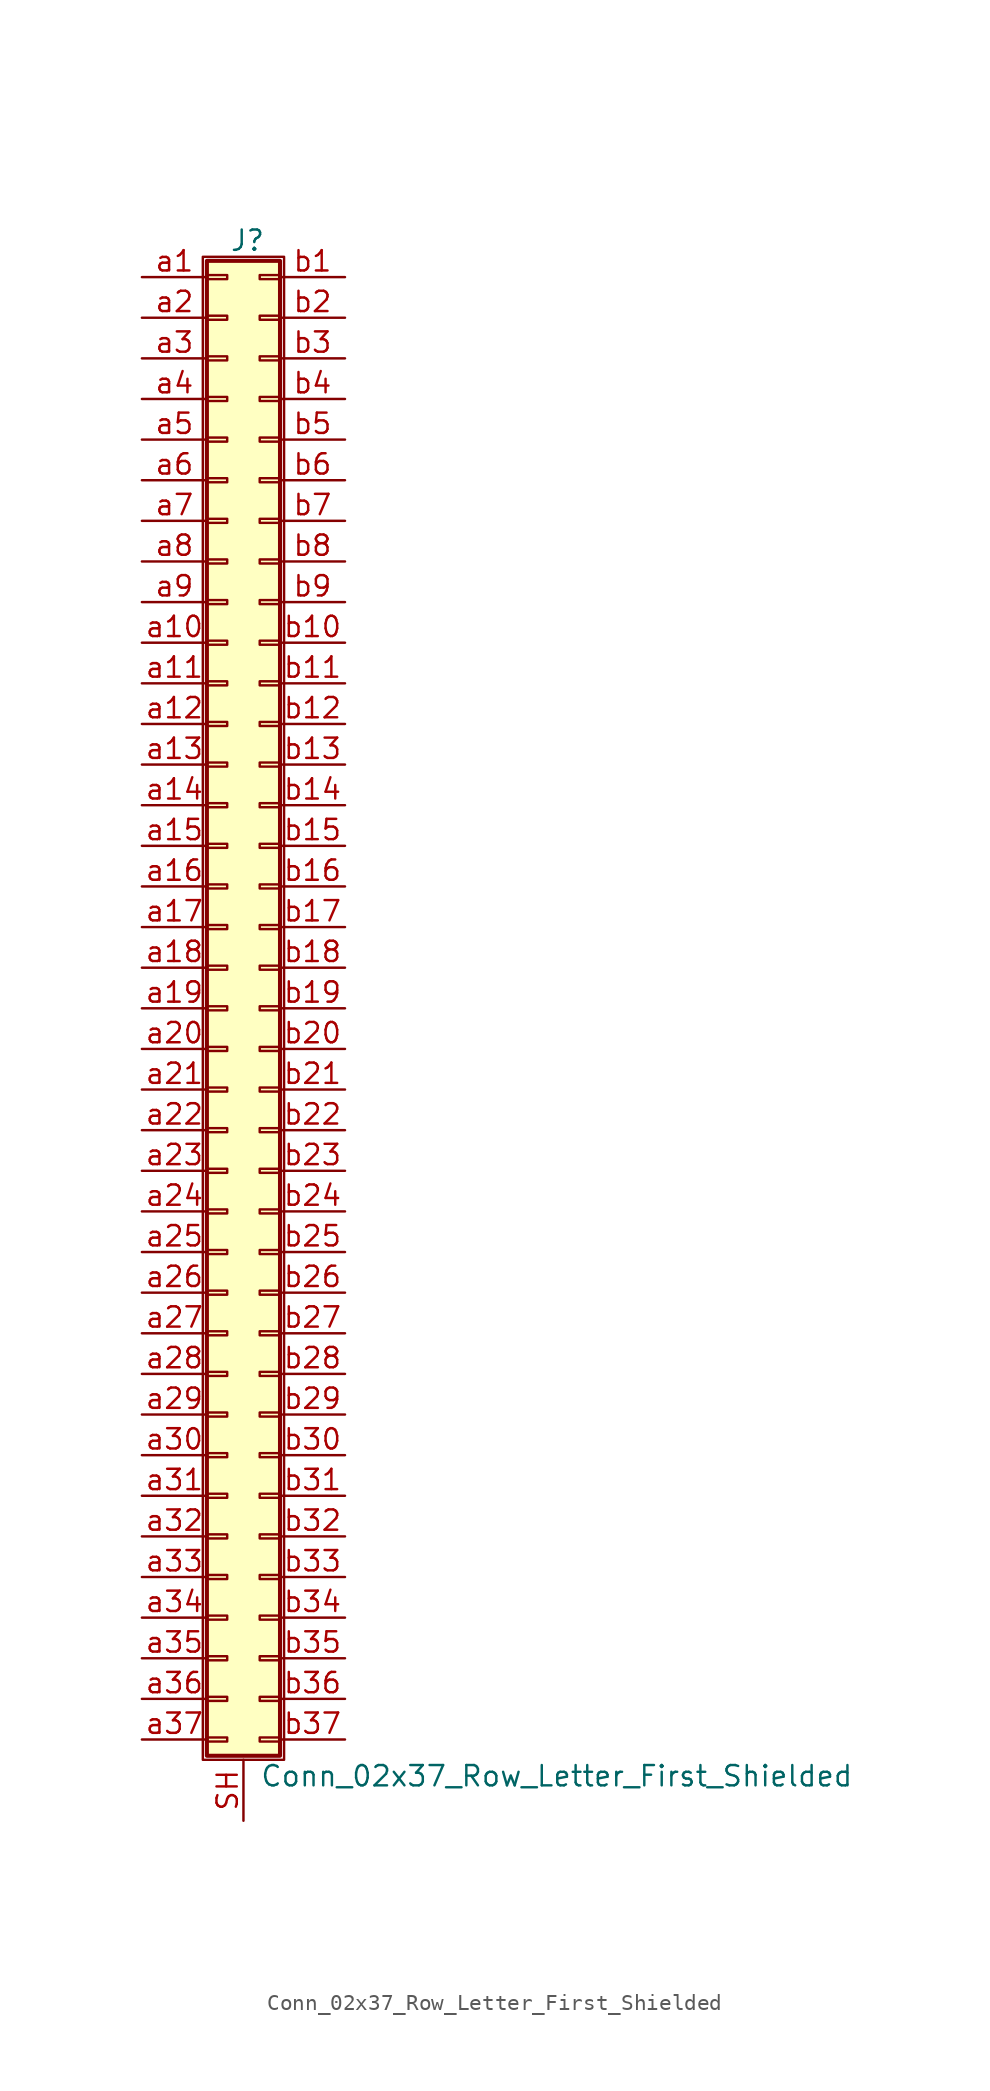
<source format=kicad_sym>
(kicad_symbol_lib
  (version 20201005)
  (generator kicad_symbol_editor)
  (symbol "Conn_02x37_Row_Letter_First_Shielded"
    (pin_names
      (offset 1.016) hide)
    (property "Reference" "J"
      (at 1.524 48.006 0)
      (effects (font (size 1.27 1.27))))
    (property "Value" "Conn_02x37_Row_Letter_First_Shielded"
      (at 2.286 -48.006 0)
      (effects (font (size 1.27 1.27)) (justify left)))
    (symbol "Conn_02x37_Row_Letter_First_Shielded_1_1"
      (rectangle (start -1.27 46.99) (end 3.81 -46.99) (stroke (width 0.152)) (fill (type none)))
      (rectangle (start -1.016 -45.593) (end 0.254 -45.847) (stroke (width 0.152)) (fill (type none)))
      (rectangle (start -1.016 -43.053) (end 0.254 -43.307) (stroke (width 0.152)) (fill (type none)))
      (rectangle (start -1.016 -40.513) (end 0.254 -40.767) (stroke (width 0.152)) (fill (type none)))
      (rectangle (start -1.016 -37.973) (end 0.254 -38.227) (stroke (width 0.152)) (fill (type none)))
      (rectangle (start -1.016 -35.433) (end 0.254 -35.687) (stroke (width 0.152)) (fill (type none)))
      (rectangle (start -1.016 -32.893) (end 0.254 -33.147) (stroke (width 0.152)) (fill (type none)))
      (rectangle (start -1.016 -30.353) (end 0.254 -30.607) (stroke (width 0.152)) (fill (type none)))
      (rectangle (start -1.016 -27.813) (end 0.254 -28.067) (stroke (width 0.152)) (fill (type none)))
      (rectangle (start -1.016 -25.273) (end 0.254 -25.527) (stroke (width 0.152)) (fill (type none)))
      (rectangle (start -1.016 -22.733) (end 0.254 -22.987) (stroke (width 0.152)) (fill (type none)))
      (rectangle (start -1.016 -20.193) (end 0.254 -20.447) (stroke (width 0.152)) (fill (type none)))
      (rectangle (start -1.016 -17.653) (end 0.254 -17.907) (stroke (width 0.152)) (fill (type none)))
      (rectangle (start -1.016 -15.113) (end 0.254 -15.367) (stroke (width 0.152)) (fill (type none)))
      (rectangle (start -1.016 -12.573) (end 0.254 -12.827) (stroke (width 0.152)) (fill (type none)))
      (rectangle (start -1.016 -10.033) (end 0.254 -10.287) (stroke (width 0.152)) (fill (type none)))
      (rectangle (start -1.016 -7.493) (end 0.254 -7.747) (stroke (width 0.152)) (fill (type none)))
      (rectangle (start -1.016 -4.953) (end 0.254 -5.207) (stroke (width 0.152)) (fill (type none)))
      (rectangle (start -1.016 -2.413) (end 0.254 -2.667) (stroke (width 0.152)) (fill (type none)))
      (rectangle (start -1.016 0.127) (end 0.254 -0.127) (stroke (width 0.152)) (fill (type none)))
      (rectangle (start -1.016 2.667) (end 0.254 2.413) (stroke (width 0.152)) (fill (type none)))
      (rectangle (start -1.016 5.207) (end 0.254 4.953) (stroke (width 0.152)) (fill (type none)))
      (rectangle (start -1.016 7.747) (end 0.254 7.493) (stroke (width 0.152)) (fill (type none)))
      (rectangle (start -1.016 10.287) (end 0.254 10.033) (stroke (width 0.152)) (fill (type none)))
      (rectangle (start -1.016 12.827) (end 0.254 12.573) (stroke (width 0.152)) (fill (type none)))
      (rectangle (start -1.016 15.367) (end 0.254 15.113) (stroke (width 0.152)) (fill (type none)))
      (rectangle (start -1.016 17.907) (end 0.254 17.653) (stroke (width 0.152)) (fill (type none)))
      (rectangle (start -1.016 20.447) (end 0.254 20.193) (stroke (width 0.152)) (fill (type none)))
      (rectangle (start -1.016 22.987) (end 0.254 22.733) (stroke (width 0.152)) (fill (type none)))
      (rectangle (start -1.016 25.527) (end 0.254 25.273) (stroke (width 0.152)) (fill (type none)))
      (rectangle (start -1.016 28.067) (end 0.254 27.813) (stroke (width 0.152)) (fill (type none)))
      (rectangle (start -1.016 30.607) (end 0.254 30.353) (stroke (width 0.152)) (fill (type none)))
      (rectangle (start -1.016 33.147) (end 0.254 32.893) (stroke (width 0.152)) (fill (type none)))
      (rectangle (start -1.016 35.687) (end 0.254 35.433) (stroke (width 0.152)) (fill (type none)))
      (rectangle (start -1.016 38.227) (end 0.254 37.973) (stroke (width 0.152)) (fill (type none)))
      (rectangle (start -1.016 40.767) (end 0.254 40.513) (stroke (width 0.152)) (fill (type none)))
      (rectangle (start -1.016 43.307) (end 0.254 43.053) (stroke (width 0.152)) (fill (type none)))
      (rectangle (start -1.016 45.847) (end 0.254 45.593) (stroke (width 0.152)) (fill (type none)))
      (rectangle (start 3.556 -45.593) (end 2.286 -45.847) (stroke (width 0.152)) (fill (type none)))
      (rectangle (start 3.556 -43.053) (end 2.286 -43.307) (stroke (width 0.152)) (fill (type none)))
      (rectangle (start 3.556 -40.513) (end 2.286 -40.767) (stroke (width 0.152)) (fill (type none)))
      (rectangle (start 3.556 -37.973) (end 2.286 -38.227) (stroke (width 0.152)) (fill (type none)))
      (rectangle (start 3.556 -35.433) (end 2.286 -35.687) (stroke (width 0.152)) (fill (type none)))
      (rectangle (start 3.556 -32.893) (end 2.286 -33.147) (stroke (width 0.152)) (fill (type none)))
      (rectangle (start 3.556 -30.353) (end 2.286 -30.607) (stroke (width 0.152)) (fill (type none)))
      (rectangle (start 3.556 -27.813) (end 2.286 -28.067) (stroke (width 0.152)) (fill (type none)))
      (rectangle (start 3.556 -25.273) (end 2.286 -25.527) (stroke (width 0.152)) (fill (type none)))
      (rectangle (start 3.556 -22.733) (end 2.286 -22.987) (stroke (width 0.152)) (fill (type none)))
      (rectangle (start 3.556 -20.193) (end 2.286 -20.447) (stroke (width 0.152)) (fill (type none)))
      (rectangle (start 3.556 -17.653) (end 2.286 -17.907) (stroke (width 0.152)) (fill (type none)))
      (rectangle (start 3.556 -15.113) (end 2.286 -15.367) (stroke (width 0.152)) (fill (type none)))
      (rectangle (start 3.556 -12.573) (end 2.286 -12.827) (stroke (width 0.152)) (fill (type none)))
      (rectangle (start 3.556 -10.033) (end 2.286 -10.287) (stroke (width 0.152)) (fill (type none)))
      (rectangle (start 3.556 -7.493) (end 2.286 -7.747) (stroke (width 0.152)) (fill (type none)))
      (rectangle (start 3.556 -4.953) (end 2.286 -5.207) (stroke (width 0.152)) (fill (type none)))
      (rectangle (start 3.556 -2.413) (end 2.286 -2.667) (stroke (width 0.152)) (fill (type none)))
      (rectangle (start 3.556 0.127) (end 2.286 -0.127) (stroke (width 0.152)) (fill (type none)))
      (rectangle (start 3.556 2.667) (end 2.286 2.413) (stroke (width 0.152)) (fill (type none)))
      (rectangle (start 3.556 5.207) (end 2.286 4.953) (stroke (width 0.152)) (fill (type none)))
      (rectangle (start 3.556 7.747) (end 2.286 7.493) (stroke (width 0.152)) (fill (type none)))
      (rectangle (start 3.556 10.287) (end 2.286 10.033) (stroke (width 0.152)) (fill (type none)))
      (rectangle (start 3.556 12.827) (end 2.286 12.573) (stroke (width 0.152)) (fill (type none)))
      (rectangle (start 3.556 15.367) (end 2.286 15.113) (stroke (width 0.152)) (fill (type none)))
      (rectangle (start 3.556 17.907) (end 2.286 17.653) (stroke (width 0.152)) (fill (type none)))
      (rectangle (start 3.556 20.447) (end 2.286 20.193) (stroke (width 0.152)) (fill (type none)))
      (rectangle (start 3.556 22.987) (end 2.286 22.733) (stroke (width 0.152)) (fill (type none)))
      (rectangle (start 3.556 25.527) (end 2.286 25.273) (stroke (width 0.152)) (fill (type none)))
      (rectangle (start 3.556 28.067) (end 2.286 27.813) (stroke (width 0.152)) (fill (type none)))
      (rectangle (start 3.556 30.607) (end 2.286 30.353) (stroke (width 0.152)) (fill (type none)))
      (rectangle (start 3.556 33.147) (end 2.286 32.893) (stroke (width 0.152)) (fill (type none)))
      (rectangle (start 3.556 35.687) (end 2.286 35.433) (stroke (width 0.152)) (fill (type none)))
      (rectangle (start 3.556 38.227) (end 2.286 37.973) (stroke (width 0.152)) (fill (type none)))
      (rectangle (start 3.556 40.767) (end 2.286 40.513) (stroke (width 0.152)) (fill (type none)))
      (rectangle (start 3.556 43.307) (end 2.286 43.053) (stroke (width 0.152)) (fill (type none)))
      (rectangle (start 3.556 45.847) (end 2.286 45.593) (stroke (width 0.152)) (fill (type none)))
      (rectangle (start -1.016 46.736) (end 3.556 -46.736) (stroke (width 0.254)) (fill (type background)))
      (pin passive line (at 1.27 -50.8 90) (length 3.81) (name "Shield" (effects (font (size 1.27 1.27)))) (number "SH" (effects (font (size 1.27 1.27)))))
      (pin passive line (at -5.08 45.72 0) (length 4.064) (name "Pin_a1" (effects (font (size 1.27 1.27)))) (number "a1" (effects (font (size 1.27 1.27)))))
      (pin passive line (at -5.08 22.86 0) (length 4.064) (name "Pin_a10" (effects (font (size 1.27 1.27)))) (number "a10" (effects (font (size 1.27 1.27)))))
      (pin passive line (at -5.08 20.32 0) (length 4.064) (name "Pin_a11" (effects (font (size 1.27 1.27)))) (number "a11" (effects (font (size 1.27 1.27)))))
      (pin passive line (at -5.08 17.78 0) (length 4.064) (name "Pin_a12" (effects (font (size 1.27 1.27)))) (number "a12" (effects (font (size 1.27 1.27)))))
      (pin passive line (at -5.08 15.24 0) (length 4.064) (name "Pin_a13" (effects (font (size 1.27 1.27)))) (number "a13" (effects (font (size 1.27 1.27)))))
      (pin passive line (at -5.08 12.7 0) (length 4.064) (name "Pin_a14" (effects (font (size 1.27 1.27)))) (number "a14" (effects (font (size 1.27 1.27)))))
      (pin passive line (at -5.08 10.16 0) (length 4.064) (name "Pin_a15" (effects (font (size 1.27 1.27)))) (number "a15" (effects (font (size 1.27 1.27)))))
      (pin passive line (at -5.08 7.62 0) (length 4.064) (name "Pin_a16" (effects (font (size 1.27 1.27)))) (number "a16" (effects (font (size 1.27 1.27)))))
      (pin passive line (at -5.08 5.08 0) (length 4.064) (name "Pin_a17" (effects (font (size 1.27 1.27)))) (number "a17" (effects (font (size 1.27 1.27)))))
      (pin passive line (at -5.08 2.54 0) (length 4.064) (name "Pin_a18" (effects (font (size 1.27 1.27)))) (number "a18" (effects (font (size 1.27 1.27)))))
      (pin passive line (at -5.08 0 0) (length 4.064) (name "Pin_a19" (effects (font (size 1.27 1.27)))) (number "a19" (effects (font (size 1.27 1.27)))))
      (pin passive line (at -5.08 43.18 0) (length 4.064) (name "Pin_a2" (effects (font (size 1.27 1.27)))) (number "a2" (effects (font (size 1.27 1.27)))))
      (pin passive line (at -5.08 -2.54 0) (length 4.064) (name "Pin_a20" (effects (font (size 1.27 1.27)))) (number "a20" (effects (font (size 1.27 1.27)))))
      (pin passive line (at -5.08 -5.08 0) (length 4.064) (name "Pin_a21" (effects (font (size 1.27 1.27)))) (number "a21" (effects (font (size 1.27 1.27)))))
      (pin passive line (at -5.08 -7.62 0) (length 4.064) (name "Pin_a22" (effects (font (size 1.27 1.27)))) (number "a22" (effects (font (size 1.27 1.27)))))
      (pin passive line (at -5.08 -10.16 0) (length 4.064) (name "Pin_a23" (effects (font (size 1.27 1.27)))) (number "a23" (effects (font (size 1.27 1.27)))))
      (pin passive line (at -5.08 -12.7 0) (length 4.064) (name "Pin_a24" (effects (font (size 1.27 1.27)))) (number "a24" (effects (font (size 1.27 1.27)))))
      (pin passive line (at -5.08 -15.24 0) (length 4.064) (name "Pin_a25" (effects (font (size 1.27 1.27)))) (number "a25" (effects (font (size 1.27 1.27)))))
      (pin passive line (at -5.08 -17.78 0) (length 4.064) (name "Pin_a26" (effects (font (size 1.27 1.27)))) (number "a26" (effects (font (size 1.27 1.27)))))
      (pin passive line (at -5.08 -20.32 0) (length 4.064) (name "Pin_a27" (effects (font (size 1.27 1.27)))) (number "a27" (effects (font (size 1.27 1.27)))))
      (pin passive line (at -5.08 -22.86 0) (length 4.064) (name "Pin_a28" (effects (font (size 1.27 1.27)))) (number "a28" (effects (font (size 1.27 1.27)))))
      (pin passive line (at -5.08 -25.4 0) (length 4.064) (name "Pin_a29" (effects (font (size 1.27 1.27)))) (number "a29" (effects (font (size 1.27 1.27)))))
      (pin passive line (at -5.08 40.64 0) (length 4.064) (name "Pin_a3" (effects (font (size 1.27 1.27)))) (number "a3" (effects (font (size 1.27 1.27)))))
      (pin passive line (at -5.08 -27.94 0) (length 4.064) (name "Pin_a30" (effects (font (size 1.27 1.27)))) (number "a30" (effects (font (size 1.27 1.27)))))
      (pin passive line (at -5.08 -30.48 0) (length 4.064) (name "Pin_a31" (effects (font (size 1.27 1.27)))) (number "a31" (effects (font (size 1.27 1.27)))))
      (pin passive line (at -5.08 -33.02 0) (length 4.064) (name "Pin_a32" (effects (font (size 1.27 1.27)))) (number "a32" (effects (font (size 1.27 1.27)))))
      (pin passive line (at -5.08 -35.56 0) (length 4.064) (name "Pin_a33" (effects (font (size 1.27 1.27)))) (number "a33" (effects (font (size 1.27 1.27)))))
      (pin passive line (at -5.08 -38.1 0) (length 4.064) (name "Pin_a34" (effects (font (size 1.27 1.27)))) (number "a34" (effects (font (size 1.27 1.27)))))
      (pin passive line (at -5.08 -40.64 0) (length 4.064) (name "Pin_a35" (effects (font (size 1.27 1.27)))) (number "a35" (effects (font (size 1.27 1.27)))))
      (pin passive line (at -5.08 -43.18 0) (length 4.064) (name "Pin_a36" (effects (font (size 1.27 1.27)))) (number "a36" (effects (font (size 1.27 1.27)))))
      (pin passive line (at -5.08 -45.72 0) (length 4.064) (name "Pin_a37" (effects (font (size 1.27 1.27)))) (number "a37" (effects (font (size 1.27 1.27)))))
      (pin passive line (at -5.08 38.1 0) (length 4.064) (name "Pin_a4" (effects (font (size 1.27 1.27)))) (number "a4" (effects (font (size 1.27 1.27)))))
      (pin passive line (at -5.08 35.56 0) (length 4.064) (name "Pin_a5" (effects (font (size 1.27 1.27)))) (number "a5" (effects (font (size 1.27 1.27)))))
      (pin passive line (at -5.08 33.02 0) (length 4.064) (name "Pin_a6" (effects (font (size 1.27 1.27)))) (number "a6" (effects (font (size 1.27 1.27)))))
      (pin passive line (at -5.08 30.48 0) (length 4.064) (name "Pin_a7" (effects (font (size 1.27 1.27)))) (number "a7" (effects (font (size 1.27 1.27)))))
      (pin passive line (at -5.08 27.94 0) (length 4.064) (name "Pin_a8" (effects (font (size 1.27 1.27)))) (number "a8" (effects (font (size 1.27 1.27)))))
      (pin passive line (at -5.08 25.4 0) (length 4.064) (name "Pin_a9" (effects (font (size 1.27 1.27)))) (number "a9" (effects (font (size 1.27 1.27)))))
      (pin passive line (at 7.62 45.72 180) (length 4.064) (name "Pin_b1" (effects (font (size 1.27 1.27)))) (number "b1" (effects (font (size 1.27 1.27)))))
      (pin passive line (at 7.62 22.86 180) (length 4.064) (name "Pin_b10" (effects (font (size 1.27 1.27)))) (number "b10" (effects (font (size 1.27 1.27)))))
      (pin passive line (at 7.62 20.32 180) (length 4.064) (name "Pin_b11" (effects (font (size 1.27 1.27)))) (number "b11" (effects (font (size 1.27 1.27)))))
      (pin passive line (at 7.62 17.78 180) (length 4.064) (name "Pin_b12" (effects (font (size 1.27 1.27)))) (number "b12" (effects (font (size 1.27 1.27)))))
      (pin passive line (at 7.62 15.24 180) (length 4.064) (name "Pin_b13" (effects (font (size 1.27 1.27)))) (number "b13" (effects (font (size 1.27 1.27)))))
      (pin passive line (at 7.62 12.7 180) (length 4.064) (name "Pin_b14" (effects (font (size 1.27 1.27)))) (number "b14" (effects (font (size 1.27 1.27)))))
      (pin passive line (at 7.62 10.16 180) (length 4.064) (name "Pin_b15" (effects (font (size 1.27 1.27)))) (number "b15" (effects (font (size 1.27 1.27)))))
      (pin passive line (at 7.62 7.62 180) (length 4.064) (name "Pin_b16" (effects (font (size 1.27 1.27)))) (number "b16" (effects (font (size 1.27 1.27)))))
      (pin passive line (at 7.62 5.08 180) (length 4.064) (name "Pin_b17" (effects (font (size 1.27 1.27)))) (number "b17" (effects (font (size 1.27 1.27)))))
      (pin passive line (at 7.62 2.54 180) (length 4.064) (name "Pin_b18" (effects (font (size 1.27 1.27)))) (number "b18" (effects (font (size 1.27 1.27)))))
      (pin passive line (at 7.62 0 180) (length 4.064) (name "Pin_b19" (effects (font (size 1.27 1.27)))) (number "b19" (effects (font (size 1.27 1.27)))))
      (pin passive line (at 7.62 43.18 180) (length 4.064) (name "Pin_b2" (effects (font (size 1.27 1.27)))) (number "b2" (effects (font (size 1.27 1.27)))))
      (pin passive line (at 7.62 -2.54 180) (length 4.064) (name "Pin_b20" (effects (font (size 1.27 1.27)))) (number "b20" (effects (font (size 1.27 1.27)))))
      (pin passive line (at 7.62 -5.08 180) (length 4.064) (name "Pin_b21" (effects (font (size 1.27 1.27)))) (number "b21" (effects (font (size 1.27 1.27)))))
      (pin passive line (at 7.62 -7.62 180) (length 4.064) (name "Pin_b22" (effects (font (size 1.27 1.27)))) (number "b22" (effects (font (size 1.27 1.27)))))
      (pin passive line (at 7.62 -10.16 180) (length 4.064) (name "Pin_b23" (effects (font (size 1.27 1.27)))) (number "b23" (effects (font (size 1.27 1.27)))))
      (pin passive line (at 7.62 -12.7 180) (length 4.064) (name "Pin_b24" (effects (font (size 1.27 1.27)))) (number "b24" (effects (font (size 1.27 1.27)))))
      (pin passive line (at 7.62 -15.24 180) (length 4.064) (name "Pin_b25" (effects (font (size 1.27 1.27)))) (number "b25" (effects (font (size 1.27 1.27)))))
      (pin passive line (at 7.62 -17.78 180) (length 4.064) (name "Pin_b26" (effects (font (size 1.27 1.27)))) (number "b26" (effects (font (size 1.27 1.27)))))
      (pin passive line (at 7.62 -20.32 180) (length 4.064) (name "Pin_b27" (effects (font (size 1.27 1.27)))) (number "b27" (effects (font (size 1.27 1.27)))))
      (pin passive line (at 7.62 -22.86 180) (length 4.064) (name "Pin_b28" (effects (font (size 1.27 1.27)))) (number "b28" (effects (font (size 1.27 1.27)))))
      (pin passive line (at 7.62 -25.4 180) (length 4.064) (name "Pin_b29" (effects (font (size 1.27 1.27)))) (number "b29" (effects (font (size 1.27 1.27)))))
      (pin passive line (at 7.62 40.64 180) (length 4.064) (name "Pin_b3" (effects (font (size 1.27 1.27)))) (number "b3" (effects (font (size 1.27 1.27)))))
      (pin passive line (at 7.62 -27.94 180) (length 4.064) (name "Pin_b30" (effects (font (size 1.27 1.27)))) (number "b30" (effects (font (size 1.27 1.27)))))
      (pin passive line (at 7.62 -30.48 180) (length 4.064) (name "Pin_b31" (effects (font (size 1.27 1.27)))) (number "b31" (effects (font (size 1.27 1.27)))))
      (pin passive line (at 7.62 -33.02 180) (length 4.064) (name "Pin_b32" (effects (font (size 1.27 1.27)))) (number "b32" (effects (font (size 1.27 1.27)))))
      (pin passive line (at 7.62 -35.56 180) (length 4.064) (name "Pin_b33" (effects (font (size 1.27 1.27)))) (number "b33" (effects (font (size 1.27 1.27)))))
      (pin passive line (at 7.62 -38.1 180) (length 4.064) (name "Pin_b34" (effects (font (size 1.27 1.27)))) (number "b34" (effects (font (size 1.27 1.27)))))
      (pin passive line (at 7.62 -40.64 180) (length 4.064) (name "Pin_b35" (effects (font (size 1.27 1.27)))) (number "b35" (effects (font (size 1.27 1.27)))))
      (pin passive line (at 7.62 -43.18 180) (length 4.064) (name "Pin_b36" (effects (font (size 1.27 1.27)))) (number "b36" (effects (font (size 1.27 1.27)))))
      (pin passive line (at 7.62 -45.72 180) (length 4.064) (name "Pin_b37" (effects (font (size 1.27 1.27)))) (number "b37" (effects (font (size 1.27 1.27)))))
      (pin passive line (at 7.62 38.1 180) (length 4.064) (name "Pin_b4" (effects (font (size 1.27 1.27)))) (number "b4" (effects (font (size 1.27 1.27)))))
      (pin passive line (at 7.62 35.56 180) (length 4.064) (name "Pin_b5" (effects (font (size 1.27 1.27)))) (number "b5" (effects (font (size 1.27 1.27)))))
      (pin passive line (at 7.62 33.02 180) (length 4.064) (name "Pin_b6" (effects (font (size 1.27 1.27)))) (number "b6" (effects (font (size 1.27 1.27)))))
      (pin passive line (at 7.62 30.48 180) (length 4.064) (name "Pin_b7" (effects (font (size 1.27 1.27)))) (number "b7" (effects (font (size 1.27 1.27)))))
      (pin passive line (at 7.62 27.94 180) (length 4.064) (name "Pin_b8" (effects (font (size 1.27 1.27)))) (number "b8" (effects (font (size 1.27 1.27)))))
      (pin passive line (at 7.62 25.4 180) (length 4.064) (name "Pin_b9" (effects (font (size 1.27 1.27)))) (number "b9" (effects (font (size 1.27 1.27))))))))
</source>
